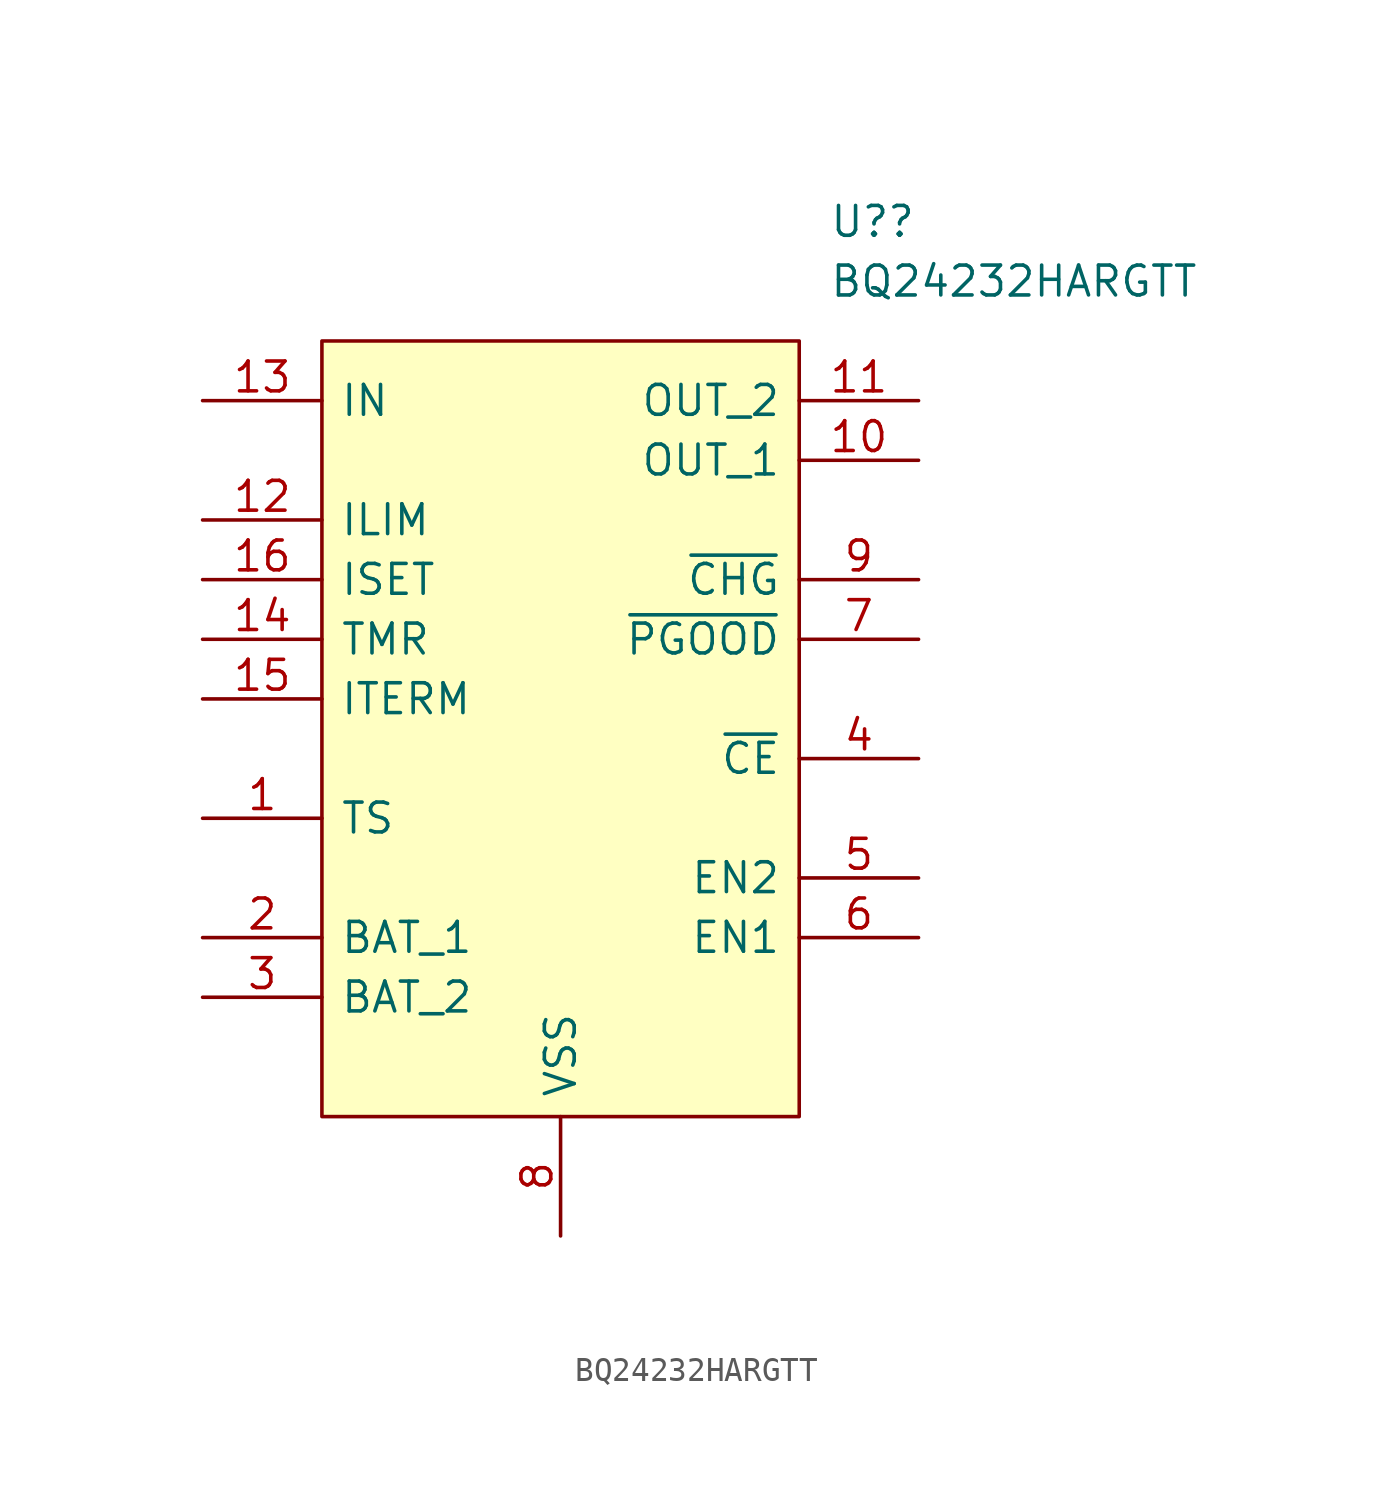
<source format=kicad_sym>
(kicad_symbol_lib
  (version 20211014)
  (generator kicad_symbol_editor)
  (symbol "BQ24232HARGTT"
    (pin_names
      (offset 0.762))
    (property "Reference" "U?"
      (at 11.43 16.51 0)
      (effects (font (size 1.27 1.27)) (justify left)))
    (property "Value" "BQ24232HARGTT"
      (at 11.43 13.97 0)
      (effects (font (size 1.27 1.27)) (justify left)))
    (symbol "BQ24232HARGTT_0_0"
      (pin passive line (at -15.24 -8.89 0) (length 5.08) (name "TS" (effects (font (size 1.27 1.27)))) (number "1" (effects (font (size 1.27 1.27)))))
      (pin passive line (at 15.24 6.35 180) (length 5.08) (name "OUT_1" (effects (font (size 1.27 1.27)))) (number "10" (effects (font (size 1.27 1.27)))))
      (pin passive line (at 15.24 8.89 180) (length 5.08) (name "OUT_2" (effects (font (size 1.27 1.27)))) (number "11" (effects (font (size 1.27 1.27)))))
      (pin passive line (at -15.24 3.81 0) (length 5.08) (name "ILIM" (effects (font (size 1.27 1.27)))) (number "12" (effects (font (size 1.27 1.27)))))
      (pin passive line (at -15.24 8.89 0) (length 5.08) (name "IN" (effects (font (size 1.27 1.27)))) (number "13" (effects (font (size 1.27 1.27)))))
      (pin passive line (at -15.24 -1.27 0) (length 5.08) (name "TMR" (effects (font (size 1.27 1.27)))) (number "14" (effects (font (size 1.27 1.27)))))
      (pin passive line (at -15.24 -3.81 0) (length 5.08) (name "ITERM" (effects (font (size 1.27 1.27)))) (number "15" (effects (font (size 1.27 1.27)))))
      (pin passive line (at -15.24 1.27 0) (length 5.08) (name "ISET" (effects (font (size 1.27 1.27)))) (number "16" (effects (font (size 1.27 1.27)))))
      (pin passive line (at -15.24 -13.97 0) (length 5.08) (name "BAT_1" (effects (font (size 1.27 1.27)))) (number "2" (effects (font (size 1.27 1.27)))))
      (pin passive line (at -15.24 -16.51 0) (length 5.08) (name "BAT_2" (effects (font (size 1.27 1.27)))) (number "3" (effects (font (size 1.27 1.27)))))
      (pin passive line (at 15.24 -6.35 180) (length 5.08) (name "~{CE}" (effects (font (size 1.27 1.27)))) (number "4" (effects (font (size 1.27 1.27)))))
      (pin passive line (at 15.24 -11.43 180) (length 5.08) (name "EN2" (effects (font (size 1.27 1.27)))) (number "5" (effects (font (size 1.27 1.27)))))
      (pin passive line (at 15.24 -13.97 180) (length 5.08) (name "EN1" (effects (font (size 1.27 1.27)))) (number "6" (effects (font (size 1.27 1.27)))))
      (pin passive line (at 15.24 -1.27 180) (length 5.08) (name "~{PGOOD}" (effects (font (size 1.27 1.27)))) (number "7" (effects (font (size 1.27 1.27)))))
      (pin passive line (at 0 -26.67 90) (length 5.08) (name "VSS" (effects (font (size 1.27 1.27)))) (number "8" (effects (font (size 1.27 1.27)))))
      (pin passive line (at 15.24 1.27 180) (length 5.08) (name "~{CHG}" (effects (font (size 1.27 1.27)))) (number "9" (effects (font (size 1.27 1.27))))))
    (symbol "BQ24232HARGTT_0_1"
      (rectangle (start -10.16 11.43) (end 10.16 -21.59) (stroke (width 0.152) (type default) (color 0 0 0 0)) (fill (type background))))))
</source>
